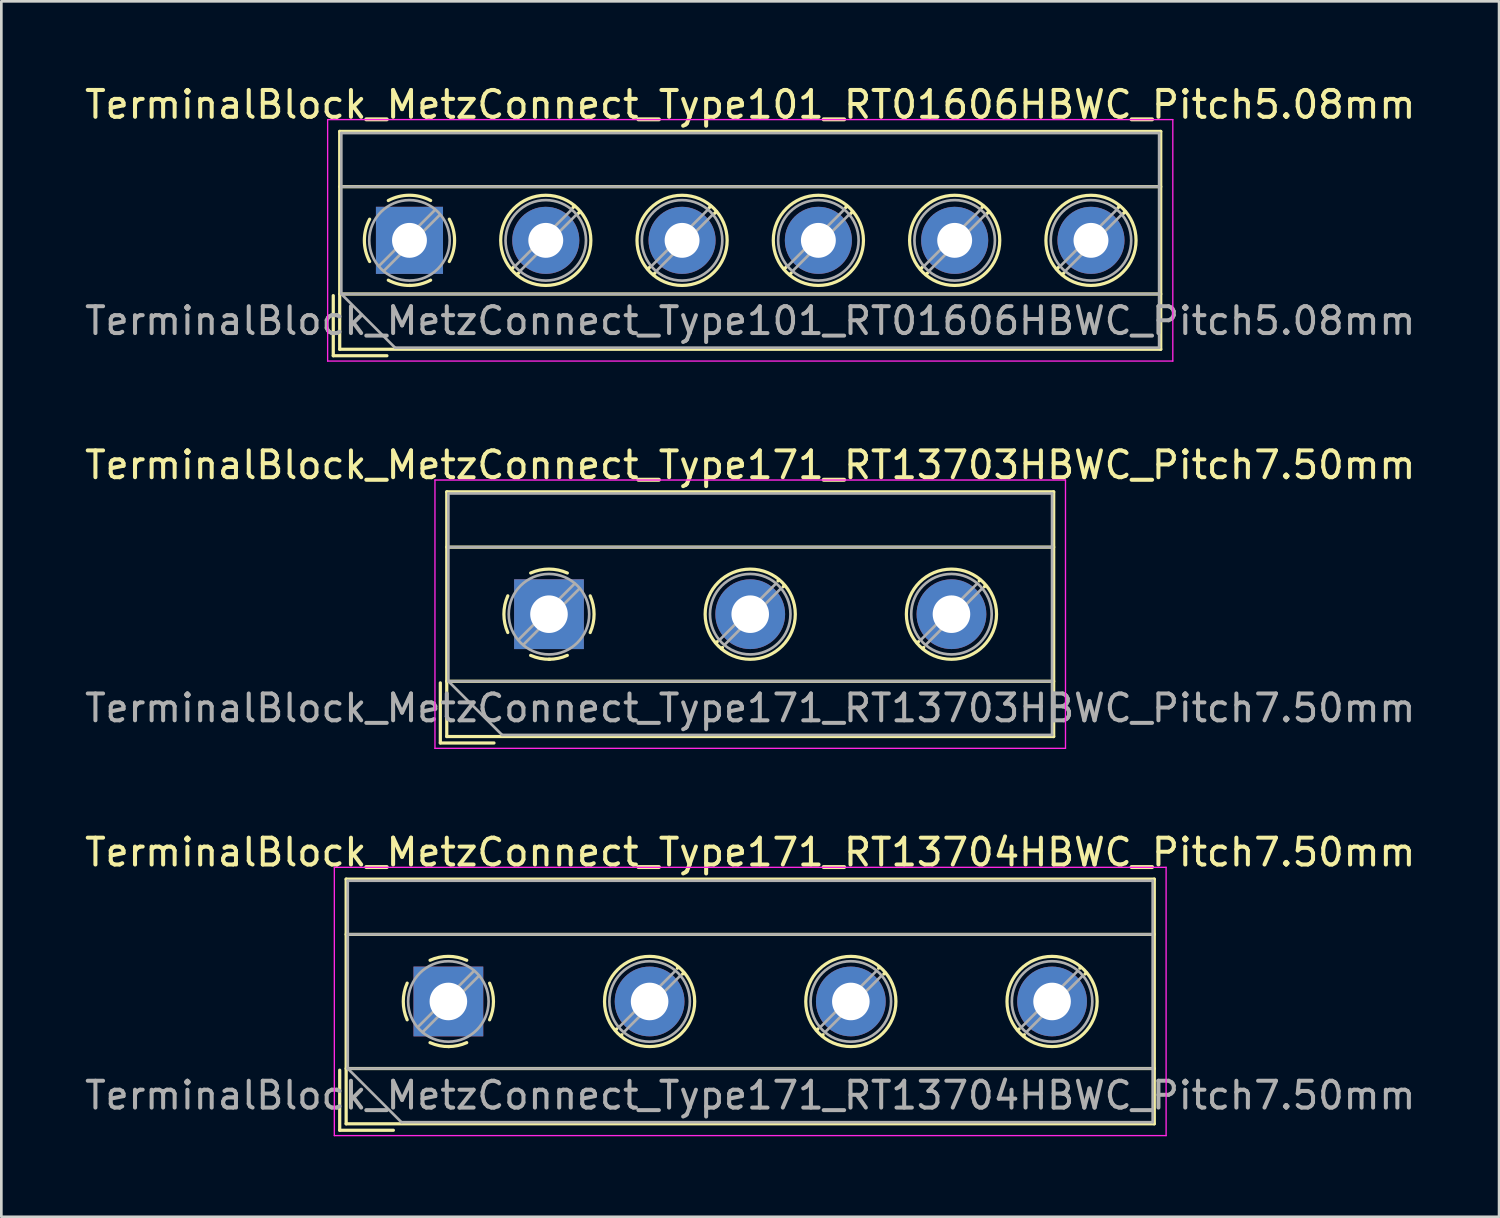
<source format=kicad_pcb>
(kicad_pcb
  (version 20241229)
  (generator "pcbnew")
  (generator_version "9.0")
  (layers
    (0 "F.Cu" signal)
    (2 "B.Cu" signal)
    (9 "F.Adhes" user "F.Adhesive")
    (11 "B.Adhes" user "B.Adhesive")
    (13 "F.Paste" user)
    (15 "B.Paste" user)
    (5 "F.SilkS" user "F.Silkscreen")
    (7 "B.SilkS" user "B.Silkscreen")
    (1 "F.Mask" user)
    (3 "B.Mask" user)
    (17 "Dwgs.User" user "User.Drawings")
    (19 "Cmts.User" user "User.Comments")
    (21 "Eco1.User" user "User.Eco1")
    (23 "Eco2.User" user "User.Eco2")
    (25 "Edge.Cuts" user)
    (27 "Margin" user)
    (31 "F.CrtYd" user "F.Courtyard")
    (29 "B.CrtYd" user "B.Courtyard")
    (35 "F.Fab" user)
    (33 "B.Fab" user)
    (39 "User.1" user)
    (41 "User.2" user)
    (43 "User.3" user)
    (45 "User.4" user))
  (footprint "TerminalBlock_MetzConnect_Type171_RT13704HBWC_Pitch7.50mm"
    (layer "F.Cu")
    (at 13.661 34.275)
    (property "Reference" "TerminalBlock_MetzConnect_Type171_RT13704HBWC_Pitch7.50mm" (at 11.25 -5.56 0) (layer "F.SilkS") (effects (font (size 1 1) (thickness 0.15))))
    (attr through_hole)
    (fp_line (start -4.05 2.56) (end -4.05 4.8) (stroke (width 0.12) (type solid)) (layer "F.SilkS"))
    (fp_line (start -4.05 4.8) (end -2.05 4.8) (stroke (width 0.12) (type solid)) (layer "F.SilkS"))
    (fp_line (start -3.81 -4.56) (end -3.81 4.56) (stroke (width 0.12) (type solid)) (layer "F.SilkS"))
    (fp_line (start -3.81 -2.5) (end 26.31 -2.5) (stroke (width 0.12) (type solid)) (layer "F.SilkS"))
    (fp_line (start -3.81 2.5) (end 26.31 2.5) (stroke (width 0.12) (type solid)) (layer "F.SilkS"))
    (fp_line (start -3.81 4.56) (end 26.31 4.56) (stroke (width 0.12) (type solid)) (layer "F.SilkS"))
    (fp_line (start 6.273 1.023) (end 6.226 1.069) (stroke (width 0.12) (type solid)) (layer "F.SilkS"))
    (fp_line (start 6.466 1.239) (end 6.431 1.274) (stroke (width 0.12) (type solid)) (layer "F.SilkS"))
    (fp_line (start 8.57 -1.275) (end 8.535 -1.239) (stroke (width 0.12) (type solid)) (layer "F.SilkS"))
    (fp_line (start 8.775 -1.069) (end 8.728 -1.023) (stroke (width 0.12) (type solid)) (layer "F.SilkS"))
    (fp_line (start 13.773 1.023) (end 13.726 1.069) (stroke (width 0.12) (type solid)) (layer "F.SilkS"))
    (fp_line (start 13.966 1.239) (end 13.931 1.274) (stroke (width 0.12) (type solid)) (layer "F.SilkS"))
    (fp_line (start 16.07 -1.275) (end 16.035 -1.239) (stroke (width 0.12) (type solid)) (layer "F.SilkS"))
    (fp_line (start 16.275 -1.069) (end 16.228 -1.023) (stroke (width 0.12) (type solid)) (layer "F.SilkS"))
    (fp_line (start 21.273 1.023) (end 21.226 1.069) (stroke (width 0.12) (type solid)) (layer "F.SilkS"))
    (fp_line (start 21.466 1.239) (end 21.431 1.274) (stroke (width 0.12) (type solid)) (layer "F.SilkS"))
    (fp_line (start 23.57 -1.275) (end 23.535 -1.239) (stroke (width 0.12) (type solid)) (layer "F.SilkS"))
    (fp_line (start 23.775 -1.069) (end 23.728 -1.023) (stroke (width 0.12) (type solid)) (layer "F.SilkS"))
    (fp_line (start 26.31 -4.56) (end -3.81 -4.56) (stroke (width 0.12) (type solid)) (layer "F.SilkS"))
    (fp_line (start 26.31 4.56) (end 26.31 -4.56) (stroke (width 0.12) (type solid)) (layer "F.SilkS"))
    (fp_arc (start -1.535427 0.683042) (mid -1.680501 -0.000524) (end -1.535 -0.684) (stroke (width 0.12) (type solid)) (layer "F.SilkS"))
    (fp_arc (start -0.683042 -1.535427) (mid 0.000524 -1.680501) (end 0.684 -1.535) (stroke (width 0.12) (type solid)) (layer "F.SilkS"))
    (fp_arc (start 0.028805 1.680253) (mid -0.335551 1.646659) (end -0.684 1.535) (stroke (width 0.12) (type solid)) (layer "F.SilkS"))
    (fp_arc (start 0.683318 1.534756) (mid 0.349292 1.643288) (end 0 1.68) (stroke (width 0.12) (type solid)) (layer "F.SilkS"))
    (fp_arc (start 1.535427 -0.683042) (mid 1.680501 0.000524) (end 1.535 0.684) (stroke (width 0.12) (type solid)) (layer "F.SilkS"))
    (fp_circle (center 7.5 0) (end 9.18 0) (stroke (width 0.12) (type solid)) (fill no) (layer "F.SilkS"))
    (fp_circle (center 15 0) (end 16.68 0) (stroke (width 0.12) (type solid)) (fill no) (layer "F.SilkS"))
    (fp_circle (center 22.5 0) (end 24.18 0) (stroke (width 0.12) (type solid)) (fill no) (layer "F.SilkS"))
    (fp_line (start -4.25 -5) (end -4.25 5) (stroke (width 0.05) (type solid)) (layer "F.CrtYd"))
    (fp_line (start -4.25 5) (end 26.75 5) (stroke (width 0.05) (type solid)) (layer "F.CrtYd"))
    (fp_line (start 26.75 -5) (end -4.25 -5) (stroke (width 0.05) (type solid)) (layer "F.CrtYd"))
    (fp_line (start 26.75 5) (end 26.75 -5) (stroke (width 0.05) (type solid)) (layer "F.CrtYd"))
    (fp_line (start -3.75 -4.5) (end 26.25 -4.5) (stroke (width 0.1) (type solid)) (layer "F.Fab"))
    (fp_line (start -3.75 -2.5) (end 26.25 -2.5) (stroke (width 0.1) (type solid)) (layer "F.Fab"))
    (fp_line (start -3.75 2.5) (end -3.75 -4.5) (stroke (width 0.1) (type solid)) (layer "F.Fab"))
    (fp_line (start -3.75 2.5) (end 26.25 2.5) (stroke (width 0.1) (type solid)) (layer "F.Fab"))
    (fp_line (start -1.75 4.5) (end -3.75 2.5) (stroke (width 0.1) (type solid)) (layer "F.Fab"))
    (fp_line (start 0.955 -1.138) (end -1.138 0.955) (stroke (width 0.1) (type solid)) (layer "F.Fab"))
    (fp_line (start 1.138 -0.955) (end -0.955 1.138) (stroke (width 0.1) (type solid)) (layer "F.Fab"))
    (fp_line (start 8.455 -1.138) (end 6.363 0.955) (stroke (width 0.1) (type solid)) (layer "F.Fab"))
    (fp_line (start 8.638 -0.955) (end 6.546 1.138) (stroke (width 0.1) (type solid)) (layer "F.Fab"))
    (fp_line (start 15.955 -1.138) (end 13.863 0.955) (stroke (width 0.1) (type solid)) (layer "F.Fab"))
    (fp_line (start 16.138 -0.955) (end 14.046 1.138) (stroke (width 0.1) (type solid)) (layer "F.Fab"))
    (fp_line (start 23.455 -1.138) (end 21.363 0.955) (stroke (width 0.1) (type solid)) (layer "F.Fab"))
    (fp_line (start 23.638 -0.955) (end 21.546 1.138) (stroke (width 0.1) (type solid)) (layer "F.Fab"))
    (fp_line (start 26.25 -4.5) (end 26.25 4.5) (stroke (width 0.1) (type solid)) (layer "F.Fab"))
    (fp_line (start 26.25 4.5) (end -1.75 4.5) (stroke (width 0.1) (type solid)) (layer "F.Fab"))
    (fp_circle (center 0 0) (end 1.5 0) (stroke (width 0.1) (type solid)) (fill no) (layer "F.Fab"))
    (fp_circle (center 7.5 0) (end 9 0) (stroke (width 0.1) (type solid)) (fill no) (layer "F.Fab"))
    (fp_circle (center 15 0) (end 16.5 0) (stroke (width 0.1) (type solid)) (fill no) (layer "F.Fab"))
    (fp_circle (center 22.5 0) (end 24 0) (stroke (width 0.1) (type solid)) (fill no) (layer "F.Fab"))
    (fp_text user "${REFERENCE}" (at 11.25 3.5 0) (layer "F.Fab") (effects (font (size 1 1) (thickness 0.15))))
    (pad "1" thru_hole rect (at 0 0) (size 2.6 2.6) (drill 1.4) (layers "*.Cu" "*.Mask"))
    (pad "2" thru_hole circle (at 7.5 0) (size 2.6 2.6) (drill 1.4) (layers "*.Cu" "*.Mask"))
    (pad "3" thru_hole circle (at 15 0) (size 2.6 2.6) (drill 1.4) (layers "*.Cu" "*.Mask"))
    (pad "4" thru_hole circle (at 22.5 0) (size 2.6 2.6) (drill 1.4) (layers "*.Cu" "*.Mask")))
  (footprint "TerminalBlock_MetzConnect_Type101_RT01606HBWC_Pitch5.08mm"
    (layer "F.Cu")
    (at 12.211 5.908)
    (property "Reference" "TerminalBlock_MetzConnect_Type101_RT01606HBWC_Pitch5.08mm" (at 12.7 -5.06 0) (layer "F.SilkS") (effects (font (size 1 1) (thickness 0.15))))
    (attr through_hole)
    (fp_line (start -2.84 2.06) (end -2.84 4.3) (stroke (width 0.12) (type solid)) (layer "F.SilkS"))
    (fp_line (start -2.84 4.3) (end -0.84 4.3) (stroke (width 0.12) (type solid)) (layer "F.SilkS"))
    (fp_line (start -2.6 -4.06) (end -2.6 4.06) (stroke (width 0.12) (type solid)) (layer "F.SilkS"))
    (fp_line (start -2.6 -2) (end 28 -2) (stroke (width 0.12) (type solid)) (layer "F.SilkS"))
    (fp_line (start -2.6 2) (end 28 2) (stroke (width 0.12) (type solid)) (layer "F.SilkS"))
    (fp_line (start -2.6 4.06) (end 28 4.06) (stroke (width 0.12) (type solid)) (layer "F.SilkS"))
    (fp_line (start 3.9 0.976) (end 3.806 1.069) (stroke (width 0.12) (type solid)) (layer "F.SilkS"))
    (fp_line (start 4.07 1.216) (end 4.011 1.274) (stroke (width 0.12) (type solid)) (layer "F.SilkS"))
    (fp_line (start 6.15 -1.275) (end 6.091 -1.216) (stroke (width 0.12) (type solid)) (layer "F.SilkS"))
    (fp_line (start 6.355 -1.069) (end 6.261 -0.976) (stroke (width 0.12) (type solid)) (layer "F.SilkS"))
    (fp_line (start 8.98 0.976) (end 8.886 1.069) (stroke (width 0.12) (type solid)) (layer "F.SilkS"))
    (fp_line (start 9.15 1.216) (end 9.091 1.274) (stroke (width 0.12) (type solid)) (layer "F.SilkS"))
    (fp_line (start 11.23 -1.275) (end 11.171 -1.216) (stroke (width 0.12) (type solid)) (layer "F.SilkS"))
    (fp_line (start 11.435 -1.069) (end 11.341 -0.976) (stroke (width 0.12) (type solid)) (layer "F.SilkS"))
    (fp_line (start 14.06 0.976) (end 13.966 1.069) (stroke (width 0.12) (type solid)) (layer "F.SilkS"))
    (fp_line (start 14.23 1.216) (end 14.171 1.274) (stroke (width 0.12) (type solid)) (layer "F.SilkS"))
    (fp_line (start 16.31 -1.275) (end 16.251 -1.216) (stroke (width 0.12) (type solid)) (layer "F.SilkS"))
    (fp_line (start 16.515 -1.069) (end 16.421 -0.976) (stroke (width 0.12) (type solid)) (layer "F.SilkS"))
    (fp_line (start 19.14 0.976) (end 19.046 1.069) (stroke (width 0.12) (type solid)) (layer "F.SilkS"))
    (fp_line (start 19.31 1.216) (end 19.251 1.274) (stroke (width 0.12) (type solid)) (layer "F.SilkS"))
    (fp_line (start 21.39 -1.275) (end 21.331 -1.216) (stroke (width 0.12) (type solid)) (layer "F.SilkS"))
    (fp_line (start 21.595 -1.069) (end 21.501 -0.976) (stroke (width 0.12) (type solid)) (layer "F.SilkS"))
    (fp_line (start 24.22 0.976) (end 24.126 1.069) (stroke (width 0.12) (type solid)) (layer "F.SilkS"))
    (fp_line (start 24.39 1.216) (end 24.331 1.274) (stroke (width 0.12) (type solid)) (layer "F.SilkS"))
    (fp_line (start 26.47 -1.275) (end 26.411 -1.216) (stroke (width 0.12) (type solid)) (layer "F.SilkS"))
    (fp_line (start 26.675 -1.069) (end 26.581 -0.976) (stroke (width 0.12) (type solid)) (layer "F.SilkS"))
    (fp_line (start 28 -4.06) (end -2.6 -4.06) (stroke (width 0.12) (type solid)) (layer "F.SilkS"))
    (fp_line (start 28 4.06) (end 28 -4.06) (stroke (width 0.12) (type solid)) (layer "F.SilkS"))
    (fp_arc (start -1.483953 0.789089) (mid -1.680708 0.00005) (end -1.484 -0.789) (stroke (width 0.12) (type solid)) (layer "F.SilkS"))
    (fp_arc (start -0.789089 -1.483953) (mid -0.00005 -1.680708) (end 0.789 -1.484) (stroke (width 0.12) (type solid)) (layer "F.SilkS"))
    (fp_arc (start 0.029383 1.68045) (mid -0.392304 1.634281) (end -0.789 1.484) (stroke (width 0.12) (type solid)) (layer "F.SilkS"))
    (fp_arc (start 0.788712 1.483352) (mid 0.406429 1.630097) (end 0 1.68) (stroke (width 0.12) (type solid)) (layer "F.SilkS"))
    (fp_arc (start 1.483953 -0.789089) (mid 1.680708 -0.00005) (end 1.484 0.789) (stroke (width 0.12) (type solid)) (layer "F.SilkS"))
    (fp_circle (center 5.08 0) (end 6.76 0) (stroke (width 0.12) (type solid)) (fill no) (layer "F.SilkS"))
    (fp_circle (center 10.16 0) (end 11.84 0) (stroke (width 0.12) (type solid)) (fill no) (layer "F.SilkS"))
    (fp_circle (center 15.24 0) (end 16.92 0) (stroke (width 0.12) (type solid)) (fill no) (layer "F.SilkS"))
    (fp_circle (center 20.32 0) (end 22 0) (stroke (width 0.12) (type solid)) (fill no) (layer "F.SilkS"))
    (fp_circle (center 25.4 0) (end 27.08 0) (stroke (width 0.12) (type solid)) (fill no) (layer "F.SilkS"))
    (fp_line (start -3.05 -4.5) (end -3.05 4.5) (stroke (width 0.05) (type solid)) (layer "F.CrtYd"))
    (fp_line (start -3.05 4.5) (end 28.45 4.5) (stroke (width 0.05) (type solid)) (layer "F.CrtYd"))
    (fp_line (start 28.45 -4.5) (end -3.05 -4.5) (stroke (width 0.05) (type solid)) (layer "F.CrtYd"))
    (fp_line (start 28.45 4.5) (end 28.45 -4.5) (stroke (width 0.05) (type solid)) (layer "F.CrtYd"))
    (fp_line (start -2.54 -4) (end 27.94 -4) (stroke (width 0.1) (type solid)) (layer "F.Fab"))
    (fp_line (start -2.54 -2) (end 27.94 -2) (stroke (width 0.1) (type solid)) (layer "F.Fab"))
    (fp_line (start -2.54 2) (end -2.54 -4) (stroke (width 0.1) (type solid)) (layer "F.Fab"))
    (fp_line (start -2.54 2) (end 27.94 2) (stroke (width 0.1) (type solid)) (layer "F.Fab"))
    (fp_line (start -0.54 4) (end -2.54 2) (stroke (width 0.1) (type solid)) (layer "F.Fab"))
    (fp_line (start 0.955 -1.138) (end -1.138 0.955) (stroke (width 0.1) (type solid)) (layer "F.Fab"))
    (fp_line (start 1.138 -0.955) (end -0.955 1.138) (stroke (width 0.1) (type solid)) (layer "F.Fab"))
    (fp_line (start 6.035 -1.138) (end 3.943 0.955) (stroke (width 0.1) (type solid)) (layer "F.Fab"))
    (fp_line (start 6.218 -0.955) (end 4.126 1.138) (stroke (width 0.1) (type solid)) (layer "F.Fab"))
    (fp_line (start 11.115 -1.138) (end 9.023 0.955) (stroke (width 0.1) (type solid)) (layer "F.Fab"))
    (fp_line (start 11.298 -0.955) (end 9.206 1.138) (stroke (width 0.1) (type solid)) (layer "F.Fab"))
    (fp_line (start 16.195 -1.138) (end 14.103 0.955) (stroke (width 0.1) (type solid)) (layer "F.Fab"))
    (fp_line (start 16.378 -0.955) (end 14.286 1.138) (stroke (width 0.1) (type solid)) (layer "F.Fab"))
    (fp_line (start 21.275 -1.138) (end 19.183 0.955) (stroke (width 0.1) (type solid)) (layer "F.Fab"))
    (fp_line (start 21.458 -0.955) (end 19.366 1.138) (stroke (width 0.1) (type solid)) (layer "F.Fab"))
    (fp_line (start 26.355 -1.138) (end 24.263 0.955) (stroke (width 0.1) (type solid)) (layer "F.Fab"))
    (fp_line (start 26.538 -0.955) (end 24.446 1.138) (stroke (width 0.1) (type solid)) (layer "F.Fab"))
    (fp_line (start 27.94 -4) (end 27.94 4) (stroke (width 0.1) (type solid)) (layer "F.Fab"))
    (fp_line (start 27.94 4) (end -0.54 4) (stroke (width 0.1) (type solid)) (layer "F.Fab"))
    (fp_circle (center 0 0) (end 1.5 0) (stroke (width 0.1) (type solid)) (fill no) (layer "F.Fab"))
    (fp_circle (center 5.08 0) (end 6.58 0) (stroke (width 0.1) (type solid)) (fill no) (layer "F.Fab"))
    (fp_circle (center 10.16 0) (end 11.66 0) (stroke (width 0.1) (type solid)) (fill no) (layer "F.Fab"))
    (fp_circle (center 15.24 0) (end 16.74 0) (stroke (width 0.1) (type solid)) (fill no) (layer "F.Fab"))
    (fp_circle (center 20.32 0) (end 21.82 0) (stroke (width 0.1) (type solid)) (fill no) (layer "F.Fab"))
    (fp_circle (center 25.4 0) (end 26.9 0) (stroke (width 0.1) (type solid)) (fill no) (layer "F.Fab"))
    (fp_text user "${REFERENCE}" (at 12.7 3 0) (layer "F.Fab") (effects (font (size 1 1) (thickness 0.15))))
    (pad "1" thru_hole rect (at 0 0) (size 2.5 2.5) (drill 1.3) (layers "*.Cu" "*.Mask"))
    (pad "2" thru_hole circle (at 5.08 0) (size 2.5 2.5) (drill 1.3) (layers "*.Cu" "*.Mask"))
    (pad "3" thru_hole circle (at 10.16 0) (size 2.5 2.5) (drill 1.3) (layers "*.Cu" "*.Mask"))
    (pad "4" thru_hole circle (at 15.24 0) (size 2.5 2.5) (drill 1.3) (layers "*.Cu" "*.Mask"))
    (pad "5" thru_hole circle (at 20.32 0) (size 2.5 2.5) (drill 1.3) (layers "*.Cu" "*.Mask"))
    (pad "6" thru_hole circle (at 25.4 0) (size 2.5 2.5) (drill 1.3) (layers "*.Cu" "*.Mask")))
  (footprint "TerminalBlock_MetzConnect_Type171_RT13703HBWC_Pitch7.50mm"
    (layer "F.Cu")
    (at 17.411 19.841)
    (property "Reference" "TerminalBlock_MetzConnect_Type171_RT13703HBWC_Pitch7.50mm" (at 7.5 -5.56 0) (layer "F.SilkS") (effects (font (size 1 1) (thickness 0.15))))
    (attr through_hole)
    (fp_line (start -4.05 2.56) (end -4.05 4.8) (stroke (width 0.12) (type solid)) (layer "F.SilkS"))
    (fp_line (start -4.05 4.8) (end -2.05 4.8) (stroke (width 0.12) (type solid)) (layer "F.SilkS"))
    (fp_line (start -3.81 -4.56) (end -3.81 4.56) (stroke (width 0.12) (type solid)) (layer "F.SilkS"))
    (fp_line (start -3.81 -2.5) (end 18.81 -2.5) (stroke (width 0.12) (type solid)) (layer "F.SilkS"))
    (fp_line (start -3.81 2.5) (end 18.81 2.5) (stroke (width 0.12) (type solid)) (layer "F.SilkS"))
    (fp_line (start -3.81 4.56) (end 18.81 4.56) (stroke (width 0.12) (type solid)) (layer "F.SilkS"))
    (fp_line (start 6.273 1.023) (end 6.226 1.069) (stroke (width 0.12) (type solid)) (layer "F.SilkS"))
    (fp_line (start 6.466 1.239) (end 6.431 1.274) (stroke (width 0.12) (type solid)) (layer "F.SilkS"))
    (fp_line (start 8.57 -1.275) (end 8.535 -1.239) (stroke (width 0.12) (type solid)) (layer "F.SilkS"))
    (fp_line (start 8.775 -1.069) (end 8.728 -1.023) (stroke (width 0.12) (type solid)) (layer "F.SilkS"))
    (fp_line (start 13.773 1.023) (end 13.726 1.069) (stroke (width 0.12) (type solid)) (layer "F.SilkS"))
    (fp_line (start 13.966 1.239) (end 13.931 1.274) (stroke (width 0.12) (type solid)) (layer "F.SilkS"))
    (fp_line (start 16.07 -1.275) (end 16.035 -1.239) (stroke (width 0.12) (type solid)) (layer "F.SilkS"))
    (fp_line (start 16.275 -1.069) (end 16.228 -1.023) (stroke (width 0.12) (type solid)) (layer "F.SilkS"))
    (fp_line (start 18.81 -4.56) (end -3.81 -4.56) (stroke (width 0.12) (type solid)) (layer "F.SilkS"))
    (fp_line (start 18.81 4.56) (end 18.81 -4.56) (stroke (width 0.12) (type solid)) (layer "F.SilkS"))
    (fp_arc (start -1.535427 0.683042) (mid -1.680501 -0.000524) (end -1.535 -0.684) (stroke (width 0.12) (type solid)) (layer "F.SilkS"))
    (fp_arc (start -0.683042 -1.535427) (mid 0.000524 -1.680501) (end 0.684 -1.535) (stroke (width 0.12) (type solid)) (layer "F.SilkS"))
    (fp_arc (start 0.028805 1.680253) (mid -0.335551 1.646659) (end -0.684 1.535) (stroke (width 0.12) (type solid)) (layer "F.SilkS"))
    (fp_arc (start 0.683318 1.534756) (mid 0.349292 1.643288) (end 0 1.68) (stroke (width 0.12) (type solid)) (layer "F.SilkS"))
    (fp_arc (start 1.535427 -0.683042) (mid 1.680501 0.000524) (end 1.535 0.684) (stroke (width 0.12) (type solid)) (layer "F.SilkS"))
    (fp_circle (center 7.5 0) (end 9.18 0) (stroke (width 0.12) (type solid)) (fill no) (layer "F.SilkS"))
    (fp_circle (center 15 0) (end 16.68 0) (stroke (width 0.12) (type solid)) (fill no) (layer "F.SilkS"))
    (fp_line (start -4.25 -5) (end -4.25 5) (stroke (width 0.05) (type solid)) (layer "F.CrtYd"))
    (fp_line (start -4.25 5) (end 19.25 5) (stroke (width 0.05) (type solid)) (layer "F.CrtYd"))
    (fp_line (start 19.25 -5) (end -4.25 -5) (stroke (width 0.05) (type solid)) (layer "F.CrtYd"))
    (fp_line (start 19.25 5) (end 19.25 -5) (stroke (width 0.05) (type solid)) (layer "F.CrtYd"))
    (fp_line (start -3.75 -4.5) (end 18.75 -4.5) (stroke (width 0.1) (type solid)) (layer "F.Fab"))
    (fp_line (start -3.75 -2.5) (end 18.75 -2.5) (stroke (width 0.1) (type solid)) (layer "F.Fab"))
    (fp_line (start -3.75 2.5) (end -3.75 -4.5) (stroke (width 0.1) (type solid)) (layer "F.Fab"))
    (fp_line (start -3.75 2.5) (end 18.75 2.5) (stroke (width 0.1) (type solid)) (layer "F.Fab"))
    (fp_line (start -1.75 4.5) (end -3.75 2.5) (stroke (width 0.1) (type solid)) (layer "F.Fab"))
    (fp_line (start 0.955 -1.138) (end -1.138 0.955) (stroke (width 0.1) (type solid)) (layer "F.Fab"))
    (fp_line (start 1.138 -0.955) (end -0.955 1.138) (stroke (width 0.1) (type solid)) (layer "F.Fab"))
    (fp_line (start 8.455 -1.138) (end 6.363 0.955) (stroke (width 0.1) (type solid)) (layer "F.Fab"))
    (fp_line (start 8.638 -0.955) (end 6.546 1.138) (stroke (width 0.1) (type solid)) (layer "F.Fab"))
    (fp_line (start 15.955 -1.138) (end 13.863 0.955) (stroke (width 0.1) (type solid)) (layer "F.Fab"))
    (fp_line (start 16.138 -0.955) (end 14.046 1.138) (stroke (width 0.1) (type solid)) (layer "F.Fab"))
    (fp_line (start 18.75 -4.5) (end 18.75 4.5) (stroke (width 0.1) (type solid)) (layer "F.Fab"))
    (fp_line (start 18.75 4.5) (end -1.75 4.5) (stroke (width 0.1) (type solid)) (layer "F.Fab"))
    (fp_circle (center 0 0) (end 1.5 0) (stroke (width 0.1) (type solid)) (fill no) (layer "F.Fab"))
    (fp_circle (center 7.5 0) (end 9 0) (stroke (width 0.1) (type solid)) (fill no) (layer "F.Fab"))
    (fp_circle (center 15 0) (end 16.5 0) (stroke (width 0.1) (type solid)) (fill no) (layer "F.Fab"))
    (fp_text user "${REFERENCE}" (at 7.5 3.5 0) (layer "F.Fab") (effects (font (size 1 1) (thickness 0.15))))
    (pad "1" thru_hole rect (at 0 0) (size 2.6 2.6) (drill 1.4) (layers "*.Cu" "*.Mask"))
    (pad "2" thru_hole circle (at 7.5 0) (size 2.6 2.6) (drill 1.4) (layers "*.Cu" "*.Mask"))
    (pad "3" thru_hole circle (at 15 0) (size 2.6 2.6) (drill 1.4) (layers "*.Cu" "*.Mask")))
  (gr_rect
    (start -3 -3)
    (end 52.821 42.3)
    (stroke (width 0.1) (type default))
    (fill no)
    (layer "Edge.Cuts")))
</source>
